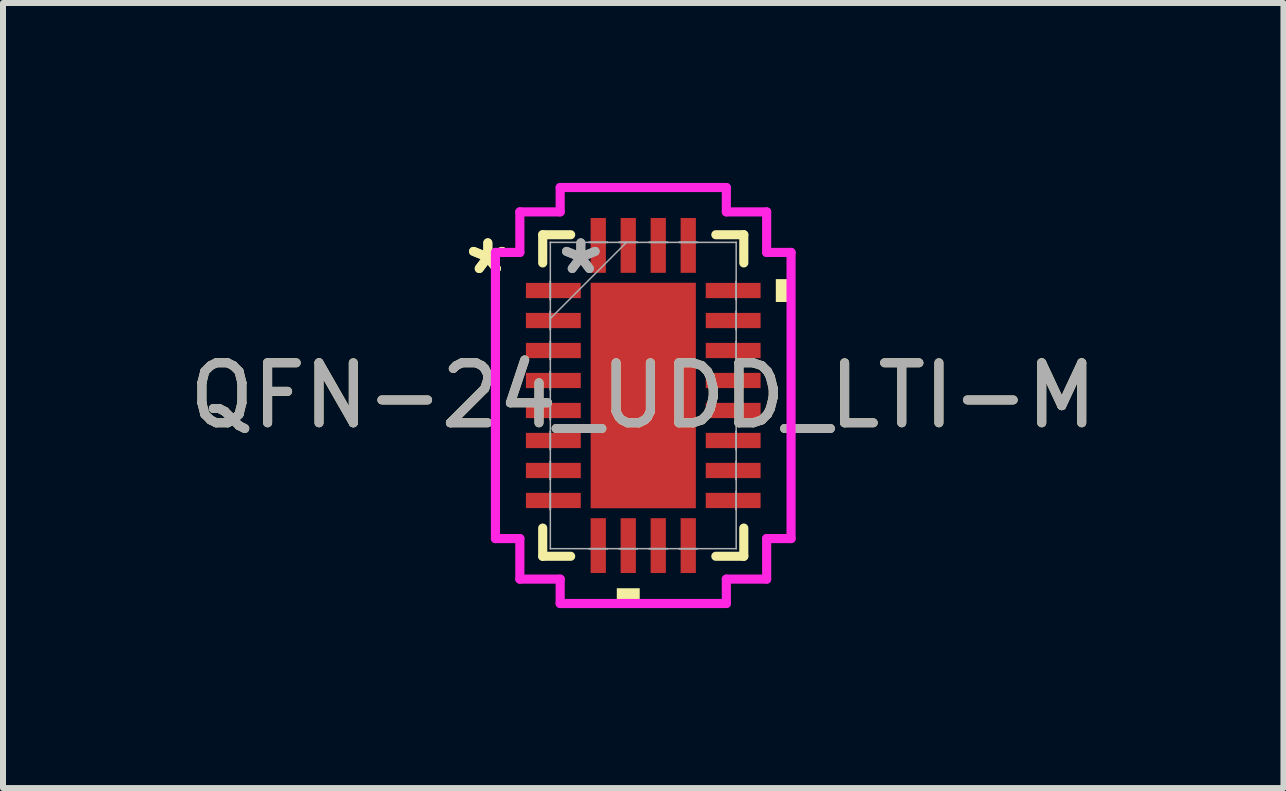
<source format=kicad_pcb>
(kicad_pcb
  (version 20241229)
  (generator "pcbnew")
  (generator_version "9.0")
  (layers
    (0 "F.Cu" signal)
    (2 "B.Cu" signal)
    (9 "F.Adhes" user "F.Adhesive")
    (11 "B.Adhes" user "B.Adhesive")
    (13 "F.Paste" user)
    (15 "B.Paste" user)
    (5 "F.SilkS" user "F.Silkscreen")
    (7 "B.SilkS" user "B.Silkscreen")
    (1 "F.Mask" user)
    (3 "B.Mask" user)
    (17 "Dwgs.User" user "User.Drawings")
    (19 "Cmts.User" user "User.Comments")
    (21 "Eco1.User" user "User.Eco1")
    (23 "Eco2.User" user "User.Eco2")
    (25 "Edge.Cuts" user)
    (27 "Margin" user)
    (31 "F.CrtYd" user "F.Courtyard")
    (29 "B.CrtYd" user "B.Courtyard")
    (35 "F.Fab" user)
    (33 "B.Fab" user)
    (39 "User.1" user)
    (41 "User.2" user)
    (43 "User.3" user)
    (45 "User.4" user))
  (footprint "QFN-24_UDD_LTI-M"
    (layer "F.Cu")
    (at 7.673 3.543)
    (property "Reference" "QFN-24_UDD_LTI-M" (at 0 0 0) (unlocked yes) (layer "F.SilkS") (effects (font (size 1 1) (thickness 0.15))))
    (attr smd)
    (fp_line (start -1.676 -2.68) (end -1.676 -2.21) (stroke (width 0.152) (type solid)) (layer "F.SilkS"))
    (fp_line (start -1.676 2.21) (end -1.676 2.68) (stroke (width 0.152) (type solid)) (layer "F.SilkS"))
    (fp_line (start -1.676 2.68) (end -1.21 2.68) (stroke (width 0.152) (type solid)) (layer "F.SilkS"))
    (fp_line (start -1.21 -2.68) (end -1.676 -2.68) (stroke (width 0.152) (type solid)) (layer "F.SilkS"))
    (fp_line (start 1.21 2.68) (end 1.676 2.68) (stroke (width 0.152) (type solid)) (layer "F.SilkS"))
    (fp_line (start 1.676 -2.68) (end 1.21 -2.68) (stroke (width 0.152) (type solid)) (layer "F.SilkS"))
    (fp_line (start 1.676 -2.21) (end 1.676 -2.68) (stroke (width 0.152) (type solid)) (layer "F.SilkS"))
    (fp_line (start 1.676 2.68) (end 1.676 2.21) (stroke (width 0.152) (type solid)) (layer "F.SilkS"))
    (fp_poly (pts (xy -0.441 3.213) (xy -0.441 3.467) (xy -0.059 3.467) (xy -0.059 3.213)) (stroke (width 0) (type solid)) (fill yes) (layer "F.SilkS"))
    (fp_poly (pts (xy 2.464 -1.94) (xy 2.464 -1.559) (xy 2.21 -1.559) (xy 2.21 -1.94)) (stroke (width 0) (type solid)) (fill yes) (layer "F.SilkS"))
    (fp_poly (pts (xy -0.776 -1.78) (xy -0.776 -0.1) (xy 0.776 -0.1) (xy 0.776 -1.78)) (stroke (width 0) (type solid)) (fill yes) (layer "F.Paste"))
    (fp_poly (pts (xy -0.776 0.1) (xy -0.776 1.78) (xy 0.776 1.78) (xy 0.776 0.1)) (stroke (width 0) (type solid)) (fill yes) (layer "F.Paste"))
    (fp_line (start -2.464 -2.385) (end -2.057 -2.385) (stroke (width 0.152) (type solid)) (layer "F.CrtYd"))
    (fp_line (start -2.464 2.385) (end -2.464 -2.385) (stroke (width 0.152) (type solid)) (layer "F.CrtYd"))
    (fp_line (start -2.057 -3.061) (end -1.385 -3.061) (stroke (width 0.152) (type solid)) (layer "F.CrtYd"))
    (fp_line (start -2.057 -2.385) (end -2.057 -3.061) (stroke (width 0.152) (type solid)) (layer "F.CrtYd"))
    (fp_line (start -2.057 2.385) (end -2.464 2.385) (stroke (width 0.152) (type solid)) (layer "F.CrtYd"))
    (fp_line (start -2.057 3.061) (end -2.057 2.385) (stroke (width 0.152) (type solid)) (layer "F.CrtYd"))
    (fp_line (start -1.385 -3.467) (end 1.385 -3.467) (stroke (width 0.152) (type solid)) (layer "F.CrtYd"))
    (fp_line (start -1.385 -3.061) (end -1.385 -3.467) (stroke (width 0.152) (type solid)) (layer "F.CrtYd"))
    (fp_line (start -1.385 3.061) (end -2.057 3.061) (stroke (width 0.152) (type solid)) (layer "F.CrtYd"))
    (fp_line (start -1.385 3.467) (end -1.385 3.061) (stroke (width 0.152) (type solid)) (layer "F.CrtYd"))
    (fp_line (start 1.385 -3.467) (end 1.385 -3.061) (stroke (width 0.152) (type solid)) (layer "F.CrtYd"))
    (fp_line (start 1.385 -3.061) (end 2.057 -3.061) (stroke (width 0.152) (type solid)) (layer "F.CrtYd"))
    (fp_line (start 1.385 3.061) (end 1.385 3.467) (stroke (width 0.152) (type solid)) (layer "F.CrtYd"))
    (fp_line (start 1.385 3.467) (end -1.385 3.467) (stroke (width 0.152) (type solid)) (layer "F.CrtYd"))
    (fp_line (start 2.057 -3.061) (end 2.057 -2.385) (stroke (width 0.152) (type solid)) (layer "F.CrtYd"))
    (fp_line (start 2.057 -2.385) (end 2.464 -2.385) (stroke (width 0.152) (type solid)) (layer "F.CrtYd"))
    (fp_line (start 2.057 2.385) (end 2.057 3.061) (stroke (width 0.152) (type solid)) (layer "F.CrtYd"))
    (fp_line (start 2.057 3.061) (end 1.385 3.061) (stroke (width 0.152) (type solid)) (layer "F.CrtYd"))
    (fp_line (start 2.464 -2.385) (end 2.464 2.385) (stroke (width 0.152) (type solid)) (layer "F.CrtYd"))
    (fp_line (start 2.464 2.385) (end 2.057 2.385) (stroke (width 0.152) (type solid)) (layer "F.CrtYd"))
    (fp_line (start -1.549 -2.553) (end -1.549 -2.553) (stroke (width 0.025) (type solid)) (layer "F.Fab"))
    (fp_line (start -1.549 -2.553) (end -1.549 2.553) (stroke (width 0.025) (type solid)) (layer "F.Fab"))
    (fp_line (start -1.549 -1.902) (end -1.549 -1.902) (stroke (width 0.025) (type solid)) (layer "F.Fab"))
    (fp_line (start -1.549 -1.902) (end -1.549 -1.598) (stroke (width 0.025) (type solid)) (layer "F.Fab"))
    (fp_line (start -1.549 -1.598) (end -1.549 -1.902) (stroke (width 0.025) (type solid)) (layer "F.Fab"))
    (fp_line (start -1.549 -1.598) (end -1.549 -1.598) (stroke (width 0.025) (type solid)) (layer "F.Fab"))
    (fp_line (start -1.549 -1.402) (end -1.549 -1.402) (stroke (width 0.025) (type solid)) (layer "F.Fab"))
    (fp_line (start -1.549 -1.402) (end -1.549 -1.098) (stroke (width 0.025) (type solid)) (layer "F.Fab"))
    (fp_line (start -1.549 -1.283) (end -0.279 -2.553) (stroke (width 0.025) (type solid)) (layer "F.Fab"))
    (fp_line (start -1.549 -1.098) (end -1.549 -1.402) (stroke (width 0.025) (type solid)) (layer "F.Fab"))
    (fp_line (start -1.549 -1.098) (end -1.549 -1.098) (stroke (width 0.025) (type solid)) (layer "F.Fab"))
    (fp_line (start -1.549 -0.902) (end -1.549 -0.902) (stroke (width 0.025) (type solid)) (layer "F.Fab"))
    (fp_line (start -1.549 -0.902) (end -1.549 -0.598) (stroke (width 0.025) (type solid)) (layer "F.Fab"))
    (fp_line (start -1.549 -0.598) (end -1.549 -0.902) (stroke (width 0.025) (type solid)) (layer "F.Fab"))
    (fp_line (start -1.549 -0.598) (end -1.549 -0.598) (stroke (width 0.025) (type solid)) (layer "F.Fab"))
    (fp_line (start -1.549 -0.402) (end -1.549 -0.402) (stroke (width 0.025) (type solid)) (layer "F.Fab"))
    (fp_line (start -1.549 -0.402) (end -1.549 -0.098) (stroke (width 0.025) (type solid)) (layer "F.Fab"))
    (fp_line (start -1.549 -0.098) (end -1.549 -0.402) (stroke (width 0.025) (type solid)) (layer "F.Fab"))
    (fp_line (start -1.549 -0.098) (end -1.549 -0.098) (stroke (width 0.025) (type solid)) (layer "F.Fab"))
    (fp_line (start -1.549 0.098) (end -1.549 0.098) (stroke (width 0.025) (type solid)) (layer "F.Fab"))
    (fp_line (start -1.549 0.098) (end -1.549 0.402) (stroke (width 0.025) (type solid)) (layer "F.Fab"))
    (fp_line (start -1.549 0.402) (end -1.549 0.098) (stroke (width 0.025) (type solid)) (layer "F.Fab"))
    (fp_line (start -1.549 0.402) (end -1.549 0.402) (stroke (width 0.025) (type solid)) (layer "F.Fab"))
    (fp_line (start -1.549 0.598) (end -1.549 0.598) (stroke (width 0.025) (type solid)) (layer "F.Fab"))
    (fp_line (start -1.549 0.598) (end -1.549 0.902) (stroke (width 0.025) (type solid)) (layer "F.Fab"))
    (fp_line (start -1.549 0.902) (end -1.549 0.598) (stroke (width 0.025) (type solid)) (layer "F.Fab"))
    (fp_line (start -1.549 0.902) (end -1.549 0.902) (stroke (width 0.025) (type solid)) (layer "F.Fab"))
    (fp_line (start -1.549 1.098) (end -1.549 1.098) (stroke (width 0.025) (type solid)) (layer "F.Fab"))
    (fp_line (start -1.549 1.098) (end -1.549 1.402) (stroke (width 0.025) (type solid)) (layer "F.Fab"))
    (fp_line (start -1.549 1.402) (end -1.549 1.098) (stroke (width 0.025) (type solid)) (layer "F.Fab"))
    (fp_line (start -1.549 1.402) (end -1.549 1.402) (stroke (width 0.025) (type solid)) (layer "F.Fab"))
    (fp_line (start -1.549 1.598) (end -1.549 1.598) (stroke (width 0.025) (type solid)) (layer "F.Fab"))
    (fp_line (start -1.549 1.598) (end -1.549 1.902) (stroke (width 0.025) (type solid)) (layer "F.Fab"))
    (fp_line (start -1.549 1.902) (end -1.549 1.598) (stroke (width 0.025) (type solid)) (layer "F.Fab"))
    (fp_line (start -1.549 1.902) (end -1.549 1.902) (stroke (width 0.025) (type solid)) (layer "F.Fab"))
    (fp_line (start -1.549 2.553) (end -1.549 2.553) (stroke (width 0.025) (type solid)) (layer "F.Fab"))
    (fp_line (start -1.549 2.553) (end 1.549 2.553) (stroke (width 0.025) (type solid)) (layer "F.Fab"))
    (fp_line (start -0.902 -2.553) (end -0.902 -2.553) (stroke (width 0.025) (type solid)) (layer "F.Fab"))
    (fp_line (start -0.902 -2.553) (end -0.598 -2.553) (stroke (width 0.025) (type solid)) (layer "F.Fab"))
    (fp_line (start -0.902 2.553) (end -0.902 2.553) (stroke (width 0.025) (type solid)) (layer "F.Fab"))
    (fp_line (start -0.902 2.553) (end -0.598 2.553) (stroke (width 0.025) (type solid)) (layer "F.Fab"))
    (fp_line (start -0.598 -2.553) (end -0.902 -2.553) (stroke (width 0.025) (type solid)) (layer "F.Fab"))
    (fp_line (start -0.598 -2.553) (end -0.598 -2.553) (stroke (width 0.025) (type solid)) (layer "F.Fab"))
    (fp_line (start -0.598 2.553) (end -0.902 2.553) (stroke (width 0.025) (type solid)) (layer "F.Fab"))
    (fp_line (start -0.598 2.553) (end -0.598 2.553) (stroke (width 0.025) (type solid)) (layer "F.Fab"))
    (fp_line (start -0.402 -2.553) (end -0.402 -2.553) (stroke (width 0.025) (type solid)) (layer "F.Fab"))
    (fp_line (start -0.402 -2.553) (end -0.098 -2.553) (stroke (width 0.025) (type solid)) (layer "F.Fab"))
    (fp_line (start -0.402 2.553) (end -0.402 2.553) (stroke (width 0.025) (type solid)) (layer "F.Fab"))
    (fp_line (start -0.402 2.553) (end -0.098 2.553) (stroke (width 0.025) (type solid)) (layer "F.Fab"))
    (fp_line (start -0.098 -2.553) (end -0.402 -2.553) (stroke (width 0.025) (type solid)) (layer "F.Fab"))
    (fp_line (start -0.098 -2.553) (end -0.098 -2.553) (stroke (width 0.025) (type solid)) (layer "F.Fab"))
    (fp_line (start -0.098 2.553) (end -0.402 2.553) (stroke (width 0.025) (type solid)) (layer "F.Fab"))
    (fp_line (start -0.098 2.553) (end -0.098 2.553) (stroke (width 0.025) (type solid)) (layer "F.Fab"))
    (fp_line (start 0.098 -2.553) (end 0.098 -2.553) (stroke (width 0.025) (type solid)) (layer "F.Fab"))
    (fp_line (start 0.098 -2.553) (end 0.402 -2.553) (stroke (width 0.025) (type solid)) (layer "F.Fab"))
    (fp_line (start 0.098 2.553) (end 0.098 2.553) (stroke (width 0.025) (type solid)) (layer "F.Fab"))
    (fp_line (start 0.098 2.553) (end 0.402 2.553) (stroke (width 0.025) (type solid)) (layer "F.Fab"))
    (fp_line (start 0.402 -2.553) (end 0.098 -2.553) (stroke (width 0.025) (type solid)) (layer "F.Fab"))
    (fp_line (start 0.402 -2.553) (end 0.402 -2.553) (stroke (width 0.025) (type solid)) (layer "F.Fab"))
    (fp_line (start 0.402 2.553) (end 0.098 2.553) (stroke (width 0.025) (type solid)) (layer "F.Fab"))
    (fp_line (start 0.402 2.553) (end 0.402 2.553) (stroke (width 0.025) (type solid)) (layer "F.Fab"))
    (fp_line (start 0.598 -2.553) (end 0.598 -2.553) (stroke (width 0.025) (type solid)) (layer "F.Fab"))
    (fp_line (start 0.598 -2.553) (end 0.902 -2.553) (stroke (width 0.025) (type solid)) (layer "F.Fab"))
    (fp_line (start 0.598 2.553) (end 0.598 2.553) (stroke (width 0.025) (type solid)) (layer "F.Fab"))
    (fp_line (start 0.598 2.553) (end 0.902 2.553) (stroke (width 0.025) (type solid)) (layer "F.Fab"))
    (fp_line (start 0.902 -2.553) (end 0.598 -2.553) (stroke (width 0.025) (type solid)) (layer "F.Fab"))
    (fp_line (start 0.902 -2.553) (end 0.902 -2.553) (stroke (width 0.025) (type solid)) (layer "F.Fab"))
    (fp_line (start 0.902 2.553) (end 0.598 2.553) (stroke (width 0.025) (type solid)) (layer "F.Fab"))
    (fp_line (start 0.902 2.553) (end 0.902 2.553) (stroke (width 0.025) (type solid)) (layer "F.Fab"))
    (fp_line (start 1.549 -2.553) (end -1.549 -2.553) (stroke (width 0.025) (type solid)) (layer "F.Fab"))
    (fp_line (start 1.549 -2.553) (end 1.549 -2.553) (stroke (width 0.025) (type solid)) (layer "F.Fab"))
    (fp_line (start 1.549 -1.902) (end 1.549 -1.902) (stroke (width 0.025) (type solid)) (layer "F.Fab"))
    (fp_line (start 1.549 -1.902) (end 1.549 -1.598) (stroke (width 0.025) (type solid)) (layer "F.Fab"))
    (fp_line (start 1.549 -1.598) (end 1.549 -1.902) (stroke (width 0.025) (type solid)) (layer "F.Fab"))
    (fp_line (start 1.549 -1.598) (end 1.549 -1.598) (stroke (width 0.025) (type solid)) (layer "F.Fab"))
    (fp_line (start 1.549 -1.402) (end 1.549 -1.402) (stroke (width 0.025) (type solid)) (layer "F.Fab"))
    (fp_line (start 1.549 -1.402) (end 1.549 -1.098) (stroke (width 0.025) (type solid)) (layer "F.Fab"))
    (fp_line (start 1.549 -1.098) (end 1.549 -1.402) (stroke (width 0.025) (type solid)) (layer "F.Fab"))
    (fp_line (start 1.549 -1.098) (end 1.549 -1.098) (stroke (width 0.025) (type solid)) (layer "F.Fab"))
    (fp_line (start 1.549 -0.902) (end 1.549 -0.902) (stroke (width 0.025) (type solid)) (layer "F.Fab"))
    (fp_line (start 1.549 -0.902) (end 1.549 -0.598) (stroke (width 0.025) (type solid)) (layer "F.Fab"))
    (fp_line (start 1.549 -0.598) (end 1.549 -0.902) (stroke (width 0.025) (type solid)) (layer "F.Fab"))
    (fp_line (start 1.549 -0.598) (end 1.549 -0.598) (stroke (width 0.025) (type solid)) (layer "F.Fab"))
    (fp_line (start 1.549 -0.402) (end 1.549 -0.402) (stroke (width 0.025) (type solid)) (layer "F.Fab"))
    (fp_line (start 1.549 -0.402) (end 1.549 -0.098) (stroke (width 0.025) (type solid)) (layer "F.Fab"))
    (fp_line (start 1.549 -0.098) (end 1.549 -0.402) (stroke (width 0.025) (type solid)) (layer "F.Fab"))
    (fp_line (start 1.549 -0.098) (end 1.549 -0.098) (stroke (width 0.025) (type solid)) (layer "F.Fab"))
    (fp_line (start 1.549 0.098) (end 1.549 0.098) (stroke (width 0.025) (type solid)) (layer "F.Fab"))
    (fp_line (start 1.549 0.098) (end 1.549 0.402) (stroke (width 0.025) (type solid)) (layer "F.Fab"))
    (fp_line (start 1.549 0.402) (end 1.549 0.098) (stroke (width 0.025) (type solid)) (layer "F.Fab"))
    (fp_line (start 1.549 0.402) (end 1.549 0.402) (stroke (width 0.025) (type solid)) (layer "F.Fab"))
    (fp_line (start 1.549 0.598) (end 1.549 0.598) (stroke (width 0.025) (type solid)) (layer "F.Fab"))
    (fp_line (start 1.549 0.598) (end 1.549 0.902) (stroke (width 0.025) (type solid)) (layer "F.Fab"))
    (fp_line (start 1.549 0.902) (end 1.549 0.598) (stroke (width 0.025) (type solid)) (layer "F.Fab"))
    (fp_line (start 1.549 0.902) (end 1.549 0.902) (stroke (width 0.025) (type solid)) (layer "F.Fab"))
    (fp_line (start 1.549 1.098) (end 1.549 1.098) (stroke (width 0.025) (type solid)) (layer "F.Fab"))
    (fp_line (start 1.549 1.098) (end 1.549 1.402) (stroke (width 0.025) (type solid)) (layer "F.Fab"))
    (fp_line (start 1.549 1.402) (end 1.549 1.098) (stroke (width 0.025) (type solid)) (layer "F.Fab"))
    (fp_line (start 1.549 1.402) (end 1.549 1.402) (stroke (width 0.025) (type solid)) (layer "F.Fab"))
    (fp_line (start 1.549 1.598) (end 1.549 1.598) (stroke (width 0.025) (type solid)) (layer "F.Fab"))
    (fp_line (start 1.549 1.598) (end 1.549 1.902) (stroke (width 0.025) (type solid)) (layer "F.Fab"))
    (fp_line (start 1.549 1.902) (end 1.549 1.598) (stroke (width 0.025) (type solid)) (layer "F.Fab"))
    (fp_line (start 1.549 1.902) (end 1.549 1.902) (stroke (width 0.025) (type solid)) (layer "F.Fab"))
    (fp_line (start 1.549 2.553) (end 1.549 -2.553) (stroke (width 0.025) (type solid)) (layer "F.Fab"))
    (fp_line (start 1.549 2.553) (end 1.549 2.553) (stroke (width 0.025) (type solid)) (layer "F.Fab"))
    (fp_text user "*" (at -2.591 -2 0) (unlocked yes) (layer "F.SilkS") (effects (font (size 1 1) (thickness 0.15))))
    (fp_text user "*" (at -2.591 -2 0) (layer "F.SilkS") (effects (font (size 1 1) (thickness 0.15))))
    (fp_text user "*" (at -1.041 -2 0) (unlocked yes) (layer "F.Fab") (effects (font (size 1 1) (thickness 0.15))))
    (fp_text user "${REFERENCE}" (at 0 0 0) (unlocked yes) (layer "F.Fab") (effects (font (size 1 1) (thickness 0.15))))
    (fp_text user "*" (at -1.041 -2 0) (layer "F.Fab") (effects (font (size 1 1) (thickness 0.15))))
    (pad "1" smd rect (at -1.499 -1.75 90) (size 0.254 0.914) (layers "F.Cu" "F.Mask" "F.Paste"))
    (pad "2" smd rect (at -1.499 -1.25 90) (size 0.254 0.914) (layers "F.Cu" "F.Mask" "F.Paste"))
    (pad "3" smd rect (at -1.499 -0.75 90) (size 0.254 0.914) (layers "F.Cu" "F.Mask" "F.Paste"))
    (pad "4" smd rect (at -1.499 -0.25 90) (size 0.254 0.914) (layers "F.Cu" "F.Mask" "F.Paste"))
    (pad "5" smd rect (at -1.499 0.25 90) (size 0.254 0.914) (layers "F.Cu" "F.Mask" "F.Paste"))
    (pad "6" smd rect (at -1.499 0.75 90) (size 0.254 0.914) (layers "F.Cu" "F.Mask" "F.Paste"))
    (pad "7" smd rect (at -1.499 1.25 90) (size 0.254 0.914) (layers "F.Cu" "F.Mask" "F.Paste"))
    (pad "8" smd rect (at -1.499 1.75 90) (size 0.254 0.914) (layers "F.Cu" "F.Mask" "F.Paste"))
    (pad "9" smd rect (at -0.75 2.502) (size 0.254 0.914) (layers "F.Cu" "F.Mask" "F.Paste"))
    (pad "10" smd rect (at -0.25 2.502) (size 0.254 0.914) (layers "F.Cu" "F.Mask" "F.Paste"))
    (pad "11" smd rect (at 0.25 2.502) (size 0.254 0.914) (layers "F.Cu" "F.Mask" "F.Paste"))
    (pad "12" smd rect (at 0.75 2.502) (size 0.254 0.914) (layers "F.Cu" "F.Mask" "F.Paste"))
    (pad "13" smd rect (at 1.499 1.75 90) (size 0.254 0.914) (layers "F.Cu" "F.Mask" "F.Paste"))
    (pad "14" smd rect (at 1.499 1.25 90) (size 0.254 0.914) (layers "F.Cu" "F.Mask" "F.Paste"))
    (pad "15" smd rect (at 1.499 0.75 90) (size 0.254 0.914) (layers "F.Cu" "F.Mask" "F.Paste"))
    (pad "16" smd rect (at 1.499 0.25 90) (size 0.254 0.914) (layers "F.Cu" "F.Mask" "F.Paste"))
    (pad "17" smd rect (at 1.499 -0.25 90) (size 0.254 0.914) (layers "F.Cu" "F.Mask" "F.Paste"))
    (pad "18" smd rect (at 1.499 -0.75 90) (size 0.254 0.914) (layers "F.Cu" "F.Mask" "F.Paste"))
    (pad "19" smd rect (at 1.499 -1.25 90) (size 0.254 0.914) (layers "F.Cu" "F.Mask" "F.Paste"))
    (pad "20" smd rect (at 1.499 -1.75 90) (size 0.254 0.914) (layers "F.Cu" "F.Mask" "F.Paste"))
    (pad "21" smd rect (at 0.75 -2.502) (size 0.254 0.914) (layers "F.Cu" "F.Mask" "F.Paste"))
    (pad "22" smd rect (at 0.25 -2.502) (size 0.254 0.914) (layers "F.Cu" "F.Mask" "F.Paste"))
    (pad "23" smd rect (at -0.25 -2.502) (size 0.254 0.914) (layers "F.Cu" "F.Mask" "F.Paste"))
    (pad "24" smd rect (at -0.75 -2.502) (size 0.254 0.914) (layers "F.Cu" "F.Mask" "F.Paste"))
    (pad "25" smd rect (at 0 0) (size 1.753 3.759) (layers "F.Cu" "F.Mask" "F.Paste")))
  (gr_rect
    (start -3 -3)
    (end 18.345 10.087)
    (stroke (width 0.1) (type default))
    (fill no)
    (layer "Edge.Cuts")))
</source>
